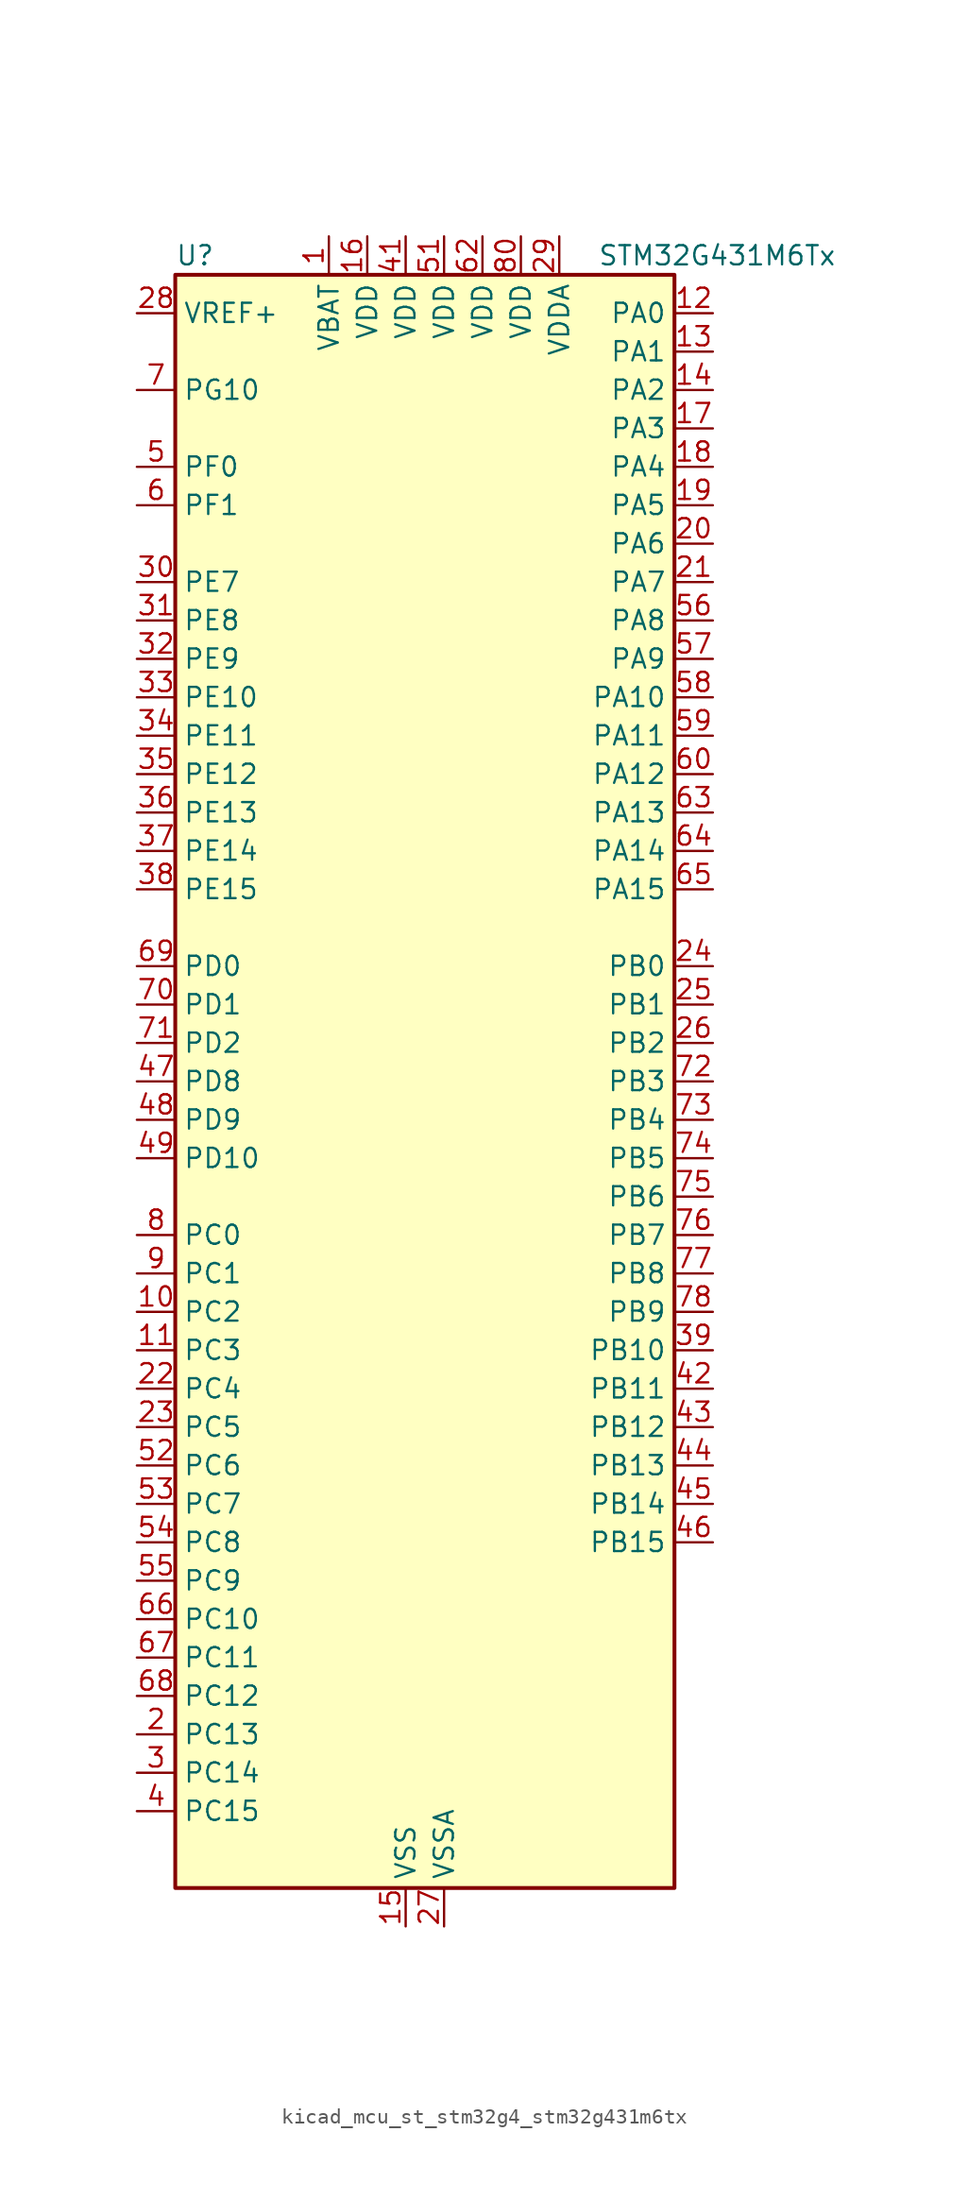
<source format=kicad_sym>
(kicad_symbol_lib
  (version 20220914)
  (generator kicad_symbol_editor)
  (symbol "kicad_mcu_st_stm32g4_stm32g431m6tx"
    (property "Reference" "U"
      (at -15.24 54.61 0)
      (effects (font (size 1.27 1.27)) (justify left)))
    (property "Value" "STM32G431M6Tx"
      (at 12.7 54.61 0)
      (effects (font (size 1.27 1.27)) (justify left)))
    (property "ki_locked" ""
      (at 0 0 0)
      (effects (font (size 1.27 1.27))))
    (symbol "kicad_mcu_st_stm32g4_stm32g431m6tx_0_1"
      (rectangle (start -15.24 -53.34) (end 17.78 53.34) (stroke (width 0.254) (type default)) (fill (type background))))
    (symbol "kicad_mcu_st_stm32g4_stm32g431m6tx_1_1"
      (pin power_in line (at -5.08 55.88 270) (length 2.54) (name "VBAT" (effects (font (size 1.27 1.27)))) (number "1" (effects (font (size 1.27 1.27)))))
      (pin bidirectional line (at -17.78 -15.24 0) (length 2.54) (name "PC2" (effects (font (size 1.27 1.27)))) (number "10" (effects (font (size 1.27 1.27)))) (alternate "ADC1_IN8" bidirectional line) (alternate "ADC2_IN8" bidirectional line) (alternate "COMP3_OUT" bidirectional line) (alternate "LPTIM1_IN2" bidirectional line) (alternate "TIM1_CH3" bidirectional line))
      (pin bidirectional line (at -17.78 -17.78 0) (length 2.54) (name "PC3" (effects (font (size 1.27 1.27)))) (number "11" (effects (font (size 1.27 1.27)))) (alternate "ADC1_IN9" bidirectional line) (alternate "ADC2_IN9" bidirectional line) (alternate "LPTIM1_ETR" bidirectional line) (alternate "SAI1_D1" bidirectional line) (alternate "SAI1_SD_A" bidirectional line) (alternate "TIM1_BKIN2" bidirectional line) (alternate "TIM1_CH4" bidirectional line))
      (pin bidirectional line (at 20.32 50.8 180) (length 2.54) (name "PA0" (effects (font (size 1.27 1.27)))) (number "12" (effects (font (size 1.27 1.27)))) (alternate "ADC1_IN1" bidirectional line) (alternate "ADC2_IN1" bidirectional line) (alternate "COMP1_INM" bidirectional line) (alternate "COMP1_OUT" bidirectional line) (alternate "COMP3_INP" bidirectional line) (alternate "RTC_TAMP2" bidirectional line) (alternate "SYS_WKUP1" bidirectional line) (alternate "TIM2_CH1" bidirectional line) (alternate "TIM2_ETR" bidirectional line) (alternate "TIM8_BKIN" bidirectional line) (alternate "TIM8_ETR" bidirectional line) (alternate "USART2_CTS" bidirectional line) (alternate "USART2_NSS" bidirectional line))
      (pin bidirectional line (at 20.32 48.26 180) (length 2.54) (name "PA1" (effects (font (size 1.27 1.27)))) (number "13" (effects (font (size 1.27 1.27)))) (alternate "ADC1_IN2" bidirectional line) (alternate "ADC2_IN2" bidirectional line) (alternate "COMP1_INP" bidirectional line) (alternate "OPAMP1_VINP" bidirectional line) (alternate "OPAMP1_VINP_SEC" bidirectional line) (alternate "OPAMP3_VINP" bidirectional line) (alternate "OPAMP3_VINP_SEC" bidirectional line) (alternate "RTC_REFIN" bidirectional line) (alternate "TIM15_CH1N" bidirectional line) (alternate "TIM2_CH2" bidirectional line) (alternate "USART2_DE" bidirectional line) (alternate "USART2_RTS" bidirectional line))
      (pin bidirectional line (at 20.32 45.72 180) (length 2.54) (name "PA2" (effects (font (size 1.27 1.27)))) (number "14" (effects (font (size 1.27 1.27)))) (alternate "ADC1_IN3" bidirectional line) (alternate "COMP2_INM" bidirectional line) (alternate "COMP2_OUT" bidirectional line) (alternate "LPUART1_TX" bidirectional line) (alternate "OPAMP1_VOUT" bidirectional line) (alternate "RCC_LSCO" bidirectional line) (alternate "SYS_WKUP4" bidirectional line) (alternate "TIM15_CH1" bidirectional line) (alternate "TIM2_CH3" bidirectional line) (alternate "UCPD1_FRSTX1" bidirectional line) (alternate "UCPD1_FRSTX2" bidirectional line) (alternate "USART2_TX" bidirectional line))
      (pin power_in line (at 0 -55.88 90) (length 2.54) (name "VSS" (effects (font (size 1.27 1.27)))) (number "15" (effects (font (size 1.27 1.27)))))
      (pin power_in line (at -2.54 55.88 270) (length 2.54) (name "VDD" (effects (font (size 1.27 1.27)))) (number "16" (effects (font (size 1.27 1.27)))))
      (pin bidirectional line (at 20.32 43.18 180) (length 2.54) (name "PA3" (effects (font (size 1.27 1.27)))) (number "17" (effects (font (size 1.27 1.27)))) (alternate "ADC1_IN4" bidirectional line) (alternate "COMP2_INP" bidirectional line) (alternate "LPUART1_RX" bidirectional line) (alternate "OPAMP1_VINM" bidirectional line) (alternate "OPAMP1_VINM0" bidirectional line) (alternate "OPAMP1_VINM_SEC" bidirectional line) (alternate "OPAMP1_VINP" bidirectional line) (alternate "OPAMP1_VINP_SEC" bidirectional line) (alternate "SAI1_CK1" bidirectional line) (alternate "SAI1_MCLK_A" bidirectional line) (alternate "TIM15_CH2" bidirectional line) (alternate "TIM2_CH4" bidirectional line) (alternate "USART2_RX" bidirectional line))
      (pin bidirectional line (at 20.32 40.64 180) (length 2.54) (name "PA4" (effects (font (size 1.27 1.27)))) (number "18" (effects (font (size 1.27 1.27)))) (alternate "ADC2_IN17" bidirectional line) (alternate "COMP1_INM" bidirectional line) (alternate "DAC1_OUT1" bidirectional line) (alternate "I2S3_WS" bidirectional line) (alternate "SAI1_FS_B" bidirectional line) (alternate "SPI1_NSS" bidirectional line) (alternate "SPI3_NSS" bidirectional line) (alternate "TIM3_CH2" bidirectional line) (alternate "USART2_CK" bidirectional line))
      (pin bidirectional line (at 20.32 38.1 180) (length 2.54) (name "PA5" (effects (font (size 1.27 1.27)))) (number "19" (effects (font (size 1.27 1.27)))) (alternate "ADC2_IN13" bidirectional line) (alternate "COMP2_INM" bidirectional line) (alternate "DAC1_OUT2" bidirectional line) (alternate "OPAMP2_VINM" bidirectional line) (alternate "OPAMP2_VINM0" bidirectional line) (alternate "OPAMP2_VINM_SEC" bidirectional line) (alternate "SPI1_SCK" bidirectional line) (alternate "TIM2_CH1" bidirectional line) (alternate "TIM2_ETR" bidirectional line) (alternate "UCPD1_FRSTX1" bidirectional line) (alternate "UCPD1_FRSTX2" bidirectional line))
      (pin bidirectional line (at -17.78 -43.18 0) (length 2.54) (name "PC13" (effects (font (size 1.27 1.27)))) (number "2" (effects (font (size 1.27 1.27)))) (alternate "RTC_OUT1" bidirectional line) (alternate "RTC_TAMP1" bidirectional line) (alternate "RTC_TS" bidirectional line) (alternate "SYS_WKUP2" bidirectional line) (alternate "TIM1_BKIN" bidirectional line) (alternate "TIM1_CH1N" bidirectional line) (alternate "TIM8_CH4N" bidirectional line))
      (pin bidirectional line (at 20.32 35.56 180) (length 2.54) (name "PA6" (effects (font (size 1.27 1.27)))) (number "20" (effects (font (size 1.27 1.27)))) (alternate "ADC2_IN3" bidirectional line) (alternate "COMP1_OUT" bidirectional line) (alternate "LPUART1_CTS" bidirectional line) (alternate "OPAMP2_VOUT" bidirectional line) (alternate "SPI1_MISO" bidirectional line) (alternate "TIM16_CH1" bidirectional line) (alternate "TIM1_BKIN" bidirectional line) (alternate "TIM3_CH1" bidirectional line) (alternate "TIM8_BKIN" bidirectional line))
      (pin bidirectional line (at 20.32 33.02 180) (length 2.54) (name "PA7" (effects (font (size 1.27 1.27)))) (number "21" (effects (font (size 1.27 1.27)))) (alternate "ADC2_IN4" bidirectional line) (alternate "COMP2_INP" bidirectional line) (alternate "COMP2_OUT" bidirectional line) (alternate "OPAMP1_VINP" bidirectional line) (alternate "OPAMP1_VINP_SEC" bidirectional line) (alternate "OPAMP2_VINP" bidirectional line) (alternate "OPAMP2_VINP_SEC" bidirectional line) (alternate "SPI1_MOSI" bidirectional line) (alternate "TIM17_CH1" bidirectional line) (alternate "TIM1_CH1N" bidirectional line) (alternate "TIM3_CH2" bidirectional line) (alternate "TIM8_CH1N" bidirectional line) (alternate "UCPD1_FRSTX1" bidirectional line) (alternate "UCPD1_FRSTX2" bidirectional line))
      (pin bidirectional line (at -17.78 -20.32 0) (length 2.54) (name "PC4" (effects (font (size 1.27 1.27)))) (number "22" (effects (font (size 1.27 1.27)))) (alternate "ADC2_IN5" bidirectional line) (alternate "I2C2_SCL" bidirectional line) (alternate "TIM1_ETR" bidirectional line) (alternate "USART1_TX" bidirectional line))
      (pin bidirectional line (at -17.78 -22.86 0) (length 2.54) (name "PC5" (effects (font (size 1.27 1.27)))) (number "23" (effects (font (size 1.27 1.27)))) (alternate "ADC2_IN11" bidirectional line) (alternate "OPAMP1_VINM" bidirectional line) (alternate "OPAMP1_VINM1" bidirectional line) (alternate "OPAMP1_VINM_SEC" bidirectional line) (alternate "OPAMP2_VINM" bidirectional line) (alternate "OPAMP2_VINM1" bidirectional line) (alternate "OPAMP2_VINM_SEC" bidirectional line) (alternate "SAI1_D3" bidirectional line) (alternate "SYS_WKUP5" bidirectional line) (alternate "TIM15_BKIN" bidirectional line) (alternate "TIM1_CH4N" bidirectional line) (alternate "USART1_RX" bidirectional line))
      (pin bidirectional line (at 20.32 7.62 180) (length 2.54) (name "PB0" (effects (font (size 1.27 1.27)))) (number "24" (effects (font (size 1.27 1.27)))) (alternate "ADC1_IN15" bidirectional line) (alternate "COMP4_INP" bidirectional line) (alternate "OPAMP2_VINP" bidirectional line) (alternate "OPAMP2_VINP_SEC" bidirectional line) (alternate "OPAMP3_VINP" bidirectional line) (alternate "OPAMP3_VINP_SEC" bidirectional line) (alternate "TIM1_CH2N" bidirectional line) (alternate "TIM3_CH3" bidirectional line) (alternate "TIM8_CH2N" bidirectional line) (alternate "UCPD1_FRSTX1" bidirectional line) (alternate "UCPD1_FRSTX2" bidirectional line))
      (pin bidirectional line (at 20.32 5.08 180) (length 2.54) (name "PB1" (effects (font (size 1.27 1.27)))) (number "25" (effects (font (size 1.27 1.27)))) (alternate "ADC1_IN12" bidirectional line) (alternate "COMP1_INP" bidirectional line) (alternate "COMP4_OUT" bidirectional line) (alternate "LPUART1_DE" bidirectional line) (alternate "LPUART1_RTS" bidirectional line) (alternate "OPAMP3_VOUT" bidirectional line) (alternate "TIM1_CH3N" bidirectional line) (alternate "TIM3_CH4" bidirectional line) (alternate "TIM8_CH3N" bidirectional line))
      (pin bidirectional line (at 20.32 2.54 180) (length 2.54) (name "PB2" (effects (font (size 1.27 1.27)))) (number "26" (effects (font (size 1.27 1.27)))) (alternate "ADC2_IN12" bidirectional line) (alternate "COMP4_INM" bidirectional line) (alternate "I2C3_SMBA" bidirectional line) (alternate "LPTIM1_OUT" bidirectional line) (alternate "OPAMP3_VINM" bidirectional line) (alternate "OPAMP3_VINM0" bidirectional line) (alternate "OPAMP3_VINM_SEC" bidirectional line) (alternate "RTC_OUT2" bidirectional line))
      (pin power_in line (at 2.54 -55.88 90) (length 2.54) (name "VSSA" (effects (font (size 1.27 1.27)))) (number "27" (effects (font (size 1.27 1.27)))))
      (pin input line (at -17.78 50.8 0) (length 2.54) (name "VREF+" (effects (font (size 1.27 1.27)))) (number "28" (effects (font (size 1.27 1.27)))) (alternate "VREFBUF_OUT" bidirectional line))
      (pin power_in line (at 10.16 55.88 270) (length 2.54) (name "VDDA" (effects (font (size 1.27 1.27)))) (number "29" (effects (font (size 1.27 1.27)))))
      (pin bidirectional line (at -17.78 -45.72 0) (length 2.54) (name "PC14" (effects (font (size 1.27 1.27)))) (number "3" (effects (font (size 1.27 1.27)))) (alternate "RCC_OSC32_IN" bidirectional line))
      (pin bidirectional line (at -17.78 33.02 0) (length 2.54) (name "PE7" (effects (font (size 1.27 1.27)))) (number "30" (effects (font (size 1.27 1.27)))) (alternate "COMP4_INP" bidirectional line) (alternate "SAI1_SD_B" bidirectional line) (alternate "TIM1_ETR" bidirectional line))
      (pin bidirectional line (at -17.78 30.48 0) (length 2.54) (name "PE8" (effects (font (size 1.27 1.27)))) (number "31" (effects (font (size 1.27 1.27)))) (alternate "COMP4_INM" bidirectional line) (alternate "SAI1_SCK_B" bidirectional line) (alternate "TIM1_CH1N" bidirectional line))
      (pin bidirectional line (at -17.78 27.94 0) (length 2.54) (name "PE9" (effects (font (size 1.27 1.27)))) (number "32" (effects (font (size 1.27 1.27)))) (alternate "DAC1_EXTI9" bidirectional line) (alternate "DAC3_EXTI9" bidirectional line) (alternate "SAI1_FS_B" bidirectional line) (alternate "TIM1_CH1" bidirectional line))
      (pin bidirectional line (at -17.78 25.4 0) (length 2.54) (name "PE10" (effects (font (size 1.27 1.27)))) (number "33" (effects (font (size 1.27 1.27)))) (alternate "DAC1_EXTI10" bidirectional line) (alternate "DAC3_EXTI10" bidirectional line) (alternate "SAI1_MCLK_B" bidirectional line) (alternate "TIM1_CH2N" bidirectional line))
      (pin bidirectional line (at -17.78 22.86 0) (length 2.54) (name "PE11" (effects (font (size 1.27 1.27)))) (number "34" (effects (font (size 1.27 1.27)))) (alternate "ADC1_EXTI11" bidirectional line) (alternate "ADC2_EXTI11" bidirectional line) (alternate "TIM1_CH2" bidirectional line))
      (pin bidirectional line (at -17.78 20.32 0) (length 2.54) (name "PE12" (effects (font (size 1.27 1.27)))) (number "35" (effects (font (size 1.27 1.27)))) (alternate "TIM1_CH3N" bidirectional line))
      (pin bidirectional line (at -17.78 17.78 0) (length 2.54) (name "PE13" (effects (font (size 1.27 1.27)))) (number "36" (effects (font (size 1.27 1.27)))) (alternate "TIM1_CH3" bidirectional line))
      (pin bidirectional line (at -17.78 15.24 0) (length 2.54) (name "PE14" (effects (font (size 1.27 1.27)))) (number "37" (effects (font (size 1.27 1.27)))) (alternate "TIM1_BKIN2" bidirectional line) (alternate "TIM1_CH4" bidirectional line))
      (pin bidirectional line (at -17.78 12.7 0) (length 2.54) (name "PE15" (effects (font (size 1.27 1.27)))) (number "38" (effects (font (size 1.27 1.27)))) (alternate "ADC1_EXTI15" bidirectional line) (alternate "ADC2_EXTI15" bidirectional line) (alternate "TIM1_BKIN" bidirectional line) (alternate "TIM1_CH4N" bidirectional line) (alternate "USART3_RX" bidirectional line))
      (pin bidirectional line (at 20.32 -17.78 180) (length 2.54) (name "PB10" (effects (font (size 1.27 1.27)))) (number "39" (effects (font (size 1.27 1.27)))) (alternate "DAC1_EXTI10" bidirectional line) (alternate "DAC3_EXTI10" bidirectional line) (alternate "LPUART1_RX" bidirectional line) (alternate "OPAMP3_VINM" bidirectional line) (alternate "OPAMP3_VINM1" bidirectional line) (alternate "OPAMP3_VINM_SEC" bidirectional line) (alternate "SAI1_SCK_A" bidirectional line) (alternate "TIM1_BKIN" bidirectional line) (alternate "TIM2_CH3" bidirectional line) (alternate "USART3_TX" bidirectional line))
      (pin bidirectional line (at -17.78 -48.26 0) (length 2.54) (name "PC15" (effects (font (size 1.27 1.27)))) (number "4" (effects (font (size 1.27 1.27)))) (alternate "ADC1_EXTI15" bidirectional line) (alternate "ADC2_EXTI15" bidirectional line) (alternate "RCC_OSC32_OUT" bidirectional line))
      (pin passive line (at 0 -55.88 90) (length 2.54) hide (name "VSS" (effects (font (size 1.27 1.27)))) (number "40" (effects (font (size 1.27 1.27)))))
      (pin power_in line (at 0 55.88 270) (length 2.54) (name "VDD" (effects (font (size 1.27 1.27)))) (number "41" (effects (font (size 1.27 1.27)))))
      (pin bidirectional line (at 20.32 -20.32 180) (length 2.54) (name "PB11" (effects (font (size 1.27 1.27)))) (number "42" (effects (font (size 1.27 1.27)))) (alternate "ADC1_EXTI11" bidirectional line) (alternate "ADC1_IN14" bidirectional line) (alternate "ADC2_EXTI11" bidirectional line) (alternate "ADC2_IN14" bidirectional line) (alternate "LPUART1_TX" bidirectional line) (alternate "TIM2_CH4" bidirectional line) (alternate "USART3_RX" bidirectional line))
      (pin bidirectional line (at 20.32 -22.86 180) (length 2.54) (name "PB12" (effects (font (size 1.27 1.27)))) (number "43" (effects (font (size 1.27 1.27)))) (alternate "ADC1_IN11" bidirectional line) (alternate "I2C2_SMBA" bidirectional line) (alternate "I2S2_WS" bidirectional line) (alternate "LPUART1_DE" bidirectional line) (alternate "LPUART1_RTS" bidirectional line) (alternate "SPI2_NSS" bidirectional line) (alternate "TIM1_BKIN" bidirectional line) (alternate "USART3_CK" bidirectional line))
      (pin bidirectional line (at 20.32 -25.4 180) (length 2.54) (name "PB13" (effects (font (size 1.27 1.27)))) (number "44" (effects (font (size 1.27 1.27)))) (alternate "I2S2_CK" bidirectional line) (alternate "LPUART1_CTS" bidirectional line) (alternate "OPAMP3_VINP" bidirectional line) (alternate "OPAMP3_VINP_SEC" bidirectional line) (alternate "SPI2_SCK" bidirectional line) (alternate "TIM1_CH1N" bidirectional line) (alternate "USART3_CTS" bidirectional line) (alternate "USART3_NSS" bidirectional line))
      (pin bidirectional line (at 20.32 -27.94 180) (length 2.54) (name "PB14" (effects (font (size 1.27 1.27)))) (number "45" (effects (font (size 1.27 1.27)))) (alternate "ADC1_IN5" bidirectional line) (alternate "COMP4_OUT" bidirectional line) (alternate "OPAMP2_VINP" bidirectional line) (alternate "OPAMP2_VINP_SEC" bidirectional line) (alternate "SPI2_MISO" bidirectional line) (alternate "TIM15_CH1" bidirectional line) (alternate "TIM1_CH2N" bidirectional line) (alternate "USART3_DE" bidirectional line) (alternate "USART3_RTS" bidirectional line))
      (pin bidirectional line (at 20.32 -30.48 180) (length 2.54) (name "PB15" (effects (font (size 1.27 1.27)))) (number "46" (effects (font (size 1.27 1.27)))) (alternate "ADC1_EXTI15" bidirectional line) (alternate "ADC2_EXTI15" bidirectional line) (alternate "ADC2_IN15" bidirectional line) (alternate "COMP3_OUT" bidirectional line) (alternate "I2S2_SD" bidirectional line) (alternate "RTC_REFIN" bidirectional line) (alternate "SPI2_MOSI" bidirectional line) (alternate "TIM15_CH1N" bidirectional line) (alternate "TIM15_CH2" bidirectional line) (alternate "TIM1_CH3N" bidirectional line))
      (pin bidirectional line (at -17.78 0 0) (length 2.54) (name "PD8" (effects (font (size 1.27 1.27)))) (number "47" (effects (font (size 1.27 1.27)))) (alternate "USART3_TX" bidirectional line))
      (pin bidirectional line (at -17.78 -2.54 0) (length 2.54) (name "PD9" (effects (font (size 1.27 1.27)))) (number "48" (effects (font (size 1.27 1.27)))) (alternate "DAC1_EXTI9" bidirectional line) (alternate "DAC3_EXTI9" bidirectional line) (alternate "USART3_RX" bidirectional line))
      (pin bidirectional line (at -17.78 -5.08 0) (length 2.54) (name "PD10" (effects (font (size 1.27 1.27)))) (number "49" (effects (font (size 1.27 1.27)))) (alternate "DAC1_EXTI10" bidirectional line) (alternate "DAC3_EXTI10" bidirectional line) (alternate "USART3_CK" bidirectional line))
      (pin bidirectional line (at -17.78 40.64 0) (length 2.54) (name "PF0" (effects (font (size 1.27 1.27)))) (number "5" (effects (font (size 1.27 1.27)))) (alternate "ADC1_IN10" bidirectional line) (alternate "I2C2_SDA" bidirectional line) (alternate "I2S2_WS" bidirectional line) (alternate "RCC_OSC_IN" bidirectional line) (alternate "SPI2_NSS" bidirectional line) (alternate "TIM1_CH3N" bidirectional line))
      (pin passive line (at 0 -55.88 90) (length 2.54) hide (name "VSS" (effects (font (size 1.27 1.27)))) (number "50" (effects (font (size 1.27 1.27)))))
      (pin power_in line (at 2.54 55.88 270) (length 2.54) (name "VDD" (effects (font (size 1.27 1.27)))) (number "51" (effects (font (size 1.27 1.27)))))
      (pin bidirectional line (at -17.78 -25.4 0) (length 2.54) (name "PC6" (effects (font (size 1.27 1.27)))) (number "52" (effects (font (size 1.27 1.27)))) (alternate "I2S2_MCK" bidirectional line) (alternate "TIM3_CH1" bidirectional line) (alternate "TIM8_CH1" bidirectional line))
      (pin bidirectional line (at -17.78 -27.94 0) (length 2.54) (name "PC7" (effects (font (size 1.27 1.27)))) (number "53" (effects (font (size 1.27 1.27)))) (alternate "I2S3_MCK" bidirectional line) (alternate "TIM3_CH2" bidirectional line) (alternate "TIM8_CH2" bidirectional line))
      (pin bidirectional line (at -17.78 -30.48 0) (length 2.54) (name "PC8" (effects (font (size 1.27 1.27)))) (number "54" (effects (font (size 1.27 1.27)))) (alternate "I2C3_SCL" bidirectional line) (alternate "TIM3_CH3" bidirectional line) (alternate "TIM8_CH3" bidirectional line))
      (pin bidirectional line (at -17.78 -33.02 0) (length 2.54) (name "PC9" (effects (font (size 1.27 1.27)))) (number "55" (effects (font (size 1.27 1.27)))) (alternate "DAC1_EXTI9" bidirectional line) (alternate "DAC3_EXTI9" bidirectional line) (alternate "I2C3_SDA" bidirectional line) (alternate "I2S_CKIN" bidirectional line) (alternate "TIM3_CH4" bidirectional line) (alternate "TIM8_BKIN2" bidirectional line) (alternate "TIM8_CH4" bidirectional line))
      (pin bidirectional line (at 20.32 30.48 180) (length 2.54) (name "PA8" (effects (font (size 1.27 1.27)))) (number "56" (effects (font (size 1.27 1.27)))) (alternate "I2C2_SDA" bidirectional line) (alternate "I2C3_SCL" bidirectional line) (alternate "I2S2_MCK" bidirectional line) (alternate "RCC_MCO" bidirectional line) (alternate "SAI1_CK2" bidirectional line) (alternate "SAI1_SCK_A" bidirectional line) (alternate "TIM1_CH1" bidirectional line) (alternate "TIM4_ETR" bidirectional line) (alternate "USART1_CK" bidirectional line))
      (pin bidirectional line (at 20.32 27.94 180) (length 2.54) (name "PA9" (effects (font (size 1.27 1.27)))) (number "57" (effects (font (size 1.27 1.27)))) (alternate "DAC1_EXTI9" bidirectional line) (alternate "DAC3_EXTI9" bidirectional line) (alternate "I2C2_SCL" bidirectional line) (alternate "I2C3_SMBA" bidirectional line) (alternate "I2S3_MCK" bidirectional line) (alternate "SAI1_FS_A" bidirectional line) (alternate "TIM15_BKIN" bidirectional line) (alternate "TIM1_CH2" bidirectional line) (alternate "TIM2_CH3" bidirectional line) (alternate "UCPD1_DBCC1" bidirectional line) (alternate "USART1_TX" bidirectional line))
      (pin bidirectional line (at 20.32 25.4 180) (length 2.54) (name "PA10" (effects (font (size 1.27 1.27)))) (number "58" (effects (font (size 1.27 1.27)))) (alternate "CRS_SYNC" bidirectional line) (alternate "DAC1_EXTI10" bidirectional line) (alternate "DAC3_EXTI10" bidirectional line) (alternate "I2C2_SMBA" bidirectional line) (alternate "SAI1_D1" bidirectional line) (alternate "SAI1_SD_A" bidirectional line) (alternate "SPI2_MISO" bidirectional line) (alternate "TIM17_BKIN" bidirectional line) (alternate "TIM1_CH3" bidirectional line) (alternate "TIM2_CH4" bidirectional line) (alternate "TIM8_BKIN" bidirectional line) (alternate "UCPD1_DBCC2" bidirectional line) (alternate "USART1_RX" bidirectional line))
      (pin bidirectional line (at 20.32 22.86 180) (length 2.54) (name "PA11" (effects (font (size 1.27 1.27)))) (number "59" (effects (font (size 1.27 1.27)))) (alternate "ADC1_EXTI11" bidirectional line) (alternate "ADC2_EXTI11" bidirectional line) (alternate "COMP1_OUT" bidirectional line) (alternate "FDCAN1_RX" bidirectional line) (alternate "I2S2_SD" bidirectional line) (alternate "SPI2_MOSI" bidirectional line) (alternate "TIM1_BKIN2" bidirectional line) (alternate "TIM1_CH1N" bidirectional line) (alternate "TIM1_CH4" bidirectional line) (alternate "TIM4_CH1" bidirectional line) (alternate "USART1_CTS" bidirectional line) (alternate "USART1_NSS" bidirectional line) (alternate "USB_DM" bidirectional line))
      (pin bidirectional line (at -17.78 38.1 0) (length 2.54) (name "PF1" (effects (font (size 1.27 1.27)))) (number "6" (effects (font (size 1.27 1.27)))) (alternate "ADC2_IN10" bidirectional line) (alternate "COMP3_INM" bidirectional line) (alternate "I2S2_CK" bidirectional line) (alternate "RCC_OSC_OUT" bidirectional line) (alternate "SPI2_SCK" bidirectional line))
      (pin bidirectional line (at 20.32 20.32 180) (length 2.54) (name "PA12" (effects (font (size 1.27 1.27)))) (number "60" (effects (font (size 1.27 1.27)))) (alternate "COMP2_OUT" bidirectional line) (alternate "FDCAN1_TX" bidirectional line) (alternate "I2S_CKIN" bidirectional line) (alternate "TIM16_CH1" bidirectional line) (alternate "TIM1_CH2N" bidirectional line) (alternate "TIM1_ETR" bidirectional line) (alternate "TIM4_CH2" bidirectional line) (alternate "USART1_DE" bidirectional line) (alternate "USART1_RTS" bidirectional line) (alternate "USB_DP" bidirectional line))
      (pin passive line (at 0 -55.88 90) (length 2.54) hide (name "VSS" (effects (font (size 1.27 1.27)))) (number "61" (effects (font (size 1.27 1.27)))))
      (pin power_in line (at 5.08 55.88 270) (length 2.54) (name "VDD" (effects (font (size 1.27 1.27)))) (number "62" (effects (font (size 1.27 1.27)))))
      (pin bidirectional line (at 20.32 17.78 180) (length 2.54) (name "PA13" (effects (font (size 1.27 1.27)))) (number "63" (effects (font (size 1.27 1.27)))) (alternate "I2C1_SCL" bidirectional line) (alternate "IR_OUT" bidirectional line) (alternate "SAI1_SD_B" bidirectional line) (alternate "SYS_JTMS-SWDIO" bidirectional line) (alternate "TIM16_CH1N" bidirectional line) (alternate "TIM4_CH3" bidirectional line) (alternate "USART3_CTS" bidirectional line) (alternate "USART3_NSS" bidirectional line))
      (pin bidirectional line (at 20.32 15.24 180) (length 2.54) (name "PA14" (effects (font (size 1.27 1.27)))) (number "64" (effects (font (size 1.27 1.27)))) (alternate "I2C1_SDA" bidirectional line) (alternate "LPTIM1_OUT" bidirectional line) (alternate "SAI1_FS_B" bidirectional line) (alternate "SYS_JTCK-SWCLK" bidirectional line) (alternate "TIM1_BKIN" bidirectional line) (alternate "TIM8_CH2" bidirectional line) (alternate "USART2_TX" bidirectional line))
      (pin bidirectional line (at 20.32 12.7 180) (length 2.54) (name "PA15" (effects (font (size 1.27 1.27)))) (number "65" (effects (font (size 1.27 1.27)))) (alternate "ADC1_EXTI15" bidirectional line) (alternate "ADC2_EXTI15" bidirectional line) (alternate "I2C1_SCL" bidirectional line) (alternate "I2S3_WS" bidirectional line) (alternate "SPI1_NSS" bidirectional line) (alternate "SPI3_NSS" bidirectional line) (alternate "SYS_JTDI" bidirectional line) (alternate "TIM1_BKIN" bidirectional line) (alternate "TIM2_CH1" bidirectional line) (alternate "TIM2_ETR" bidirectional line) (alternate "TIM8_CH1" bidirectional line) (alternate "UART4_DE" bidirectional line) (alternate "UART4_RTS" bidirectional line) (alternate "USART2_RX" bidirectional line))
      (pin bidirectional line (at -17.78 -35.56 0) (length 2.54) (name "PC10" (effects (font (size 1.27 1.27)))) (number "66" (effects (font (size 1.27 1.27)))) (alternate "DAC1_EXTI10" bidirectional line) (alternate "DAC3_EXTI10" bidirectional line) (alternate "I2S3_CK" bidirectional line) (alternate "SPI3_SCK" bidirectional line) (alternate "TIM8_CH1N" bidirectional line) (alternate "UART4_TX" bidirectional line) (alternate "USART3_TX" bidirectional line))
      (pin bidirectional line (at -17.78 -38.1 0) (length 2.54) (name "PC11" (effects (font (size 1.27 1.27)))) (number "67" (effects (font (size 1.27 1.27)))) (alternate "ADC1_EXTI11" bidirectional line) (alternate "ADC2_EXTI11" bidirectional line) (alternate "I2C3_SDA" bidirectional line) (alternate "SPI3_MISO" bidirectional line) (alternate "TIM8_CH2N" bidirectional line) (alternate "UART4_RX" bidirectional line) (alternate "USART3_RX" bidirectional line))
      (pin bidirectional line (at -17.78 -40.64 0) (length 2.54) (name "PC12" (effects (font (size 1.27 1.27)))) (number "68" (effects (font (size 1.27 1.27)))) (alternate "I2S3_SD" bidirectional line) (alternate "SPI3_MOSI" bidirectional line) (alternate "TIM8_CH3N" bidirectional line) (alternate "UCPD1_FRSTX1" bidirectional line) (alternate "UCPD1_FRSTX2" bidirectional line) (alternate "USART3_CK" bidirectional line))
      (pin bidirectional line (at -17.78 7.62 0) (length 2.54) (name "PD0" (effects (font (size 1.27 1.27)))) (number "69" (effects (font (size 1.27 1.27)))) (alternate "FDCAN1_RX" bidirectional line) (alternate "TIM8_CH4N" bidirectional line))
      (pin bidirectional line (at -17.78 45.72 0) (length 2.54) (name "PG10" (effects (font (size 1.27 1.27)))) (number "7" (effects (font (size 1.27 1.27)))) (alternate "DAC1_EXTI10" bidirectional line) (alternate "DAC3_EXTI10" bidirectional line) (alternate "RCC_MCO" bidirectional line))
      (pin bidirectional line (at -17.78 5.08 0) (length 2.54) (name "PD1" (effects (font (size 1.27 1.27)))) (number "70" (effects (font (size 1.27 1.27)))) (alternate "FDCAN1_TX" bidirectional line) (alternate "TIM8_BKIN2" bidirectional line) (alternate "TIM8_CH4" bidirectional line))
      (pin bidirectional line (at -17.78 2.54 0) (length 2.54) (name "PD2" (effects (font (size 1.27 1.27)))) (number "71" (effects (font (size 1.27 1.27)))) (alternate "TIM3_ETR" bidirectional line) (alternate "TIM8_BKIN" bidirectional line))
      (pin bidirectional line (at 20.32 0 180) (length 2.54) (name "PB3" (effects (font (size 1.27 1.27)))) (number "72" (effects (font (size 1.27 1.27)))) (alternate "CRS_SYNC" bidirectional line) (alternate "I2S3_CK" bidirectional line) (alternate "SAI1_SCK_B" bidirectional line) (alternate "SPI1_SCK" bidirectional line) (alternate "SPI3_SCK" bidirectional line) (alternate "SYS_JTDO-SWO" bidirectional line) (alternate "TIM2_CH2" bidirectional line) (alternate "TIM3_ETR" bidirectional line) (alternate "TIM4_ETR" bidirectional line) (alternate "TIM8_CH1N" bidirectional line) (alternate "USART2_TX" bidirectional line))
      (pin bidirectional line (at 20.32 -2.54 180) (length 2.54) (name "PB4" (effects (font (size 1.27 1.27)))) (number "73" (effects (font (size 1.27 1.27)))) (alternate "SAI1_MCLK_B" bidirectional line) (alternate "SPI1_MISO" bidirectional line) (alternate "SPI3_MISO" bidirectional line) (alternate "SYS_JTRST" bidirectional line) (alternate "TIM16_CH1" bidirectional line) (alternate "TIM17_BKIN" bidirectional line) (alternate "TIM3_CH1" bidirectional line) (alternate "TIM8_CH2N" bidirectional line) (alternate "UCPD1_CC2" bidirectional line) (alternate "USART2_RX" bidirectional line))
      (pin bidirectional line (at 20.32 -5.08 180) (length 2.54) (name "PB5" (effects (font (size 1.27 1.27)))) (number "74" (effects (font (size 1.27 1.27)))) (alternate "I2C1_SMBA" bidirectional line) (alternate "I2C3_SDA" bidirectional line) (alternate "I2S3_SD" bidirectional line) (alternate "LPTIM1_IN1" bidirectional line) (alternate "SAI1_SD_B" bidirectional line) (alternate "SPI1_MOSI" bidirectional line) (alternate "SPI3_MOSI" bidirectional line) (alternate "TIM16_BKIN" bidirectional line) (alternate "TIM17_CH1" bidirectional line) (alternate "TIM3_CH2" bidirectional line) (alternate "TIM8_CH3N" bidirectional line) (alternate "USART2_CK" bidirectional line))
      (pin bidirectional line (at 20.32 -7.62 180) (length 2.54) (name "PB6" (effects (font (size 1.27 1.27)))) (number "75" (effects (font (size 1.27 1.27)))) (alternate "COMP4_OUT" bidirectional line) (alternate "LPTIM1_ETR" bidirectional line) (alternate "SAI1_FS_B" bidirectional line) (alternate "TIM16_CH1N" bidirectional line) (alternate "TIM4_CH1" bidirectional line) (alternate "TIM8_BKIN2" bidirectional line) (alternate "TIM8_CH1" bidirectional line) (alternate "TIM8_ETR" bidirectional line) (alternate "UCPD1_CC1" bidirectional line) (alternate "USART1_TX" bidirectional line))
      (pin bidirectional line (at 20.32 -10.16 180) (length 2.54) (name "PB7" (effects (font (size 1.27 1.27)))) (number "76" (effects (font (size 1.27 1.27)))) (alternate "COMP3_OUT" bidirectional line) (alternate "I2C1_SDA" bidirectional line) (alternate "LPTIM1_IN2" bidirectional line) (alternate "SYS_PVD_IN" bidirectional line) (alternate "TIM17_CH1N" bidirectional line) (alternate "TIM3_CH4" bidirectional line) (alternate "TIM4_CH2" bidirectional line) (alternate "TIM8_BKIN" bidirectional line) (alternate "UART4_CTS" bidirectional line) (alternate "USART1_RX" bidirectional line))
      (pin bidirectional line (at 20.32 -12.7 180) (length 2.54) (name "PB8" (effects (font (size 1.27 1.27)))) (number "77" (effects (font (size 1.27 1.27)))) (alternate "COMP1_OUT" bidirectional line) (alternate "FDCAN1_RX" bidirectional line) (alternate "I2C1_SCL" bidirectional line) (alternate "SAI1_CK1" bidirectional line) (alternate "SAI1_MCLK_A" bidirectional line) (alternate "TIM16_CH1" bidirectional line) (alternate "TIM1_BKIN" bidirectional line) (alternate "TIM4_CH3" bidirectional line) (alternate "TIM8_CH2" bidirectional line) (alternate "USART3_RX" bidirectional line))
      (pin bidirectional line (at 20.32 -15.24 180) (length 2.54) (name "PB9" (effects (font (size 1.27 1.27)))) (number "78" (effects (font (size 1.27 1.27)))) (alternate "COMP2_OUT" bidirectional line) (alternate "DAC1_EXTI9" bidirectional line) (alternate "DAC3_EXTI9" bidirectional line) (alternate "FDCAN1_TX" bidirectional line) (alternate "I2C1_SDA" bidirectional line) (alternate "IR_OUT" bidirectional line) (alternate "SAI1_D2" bidirectional line) (alternate "SAI1_FS_A" bidirectional line) (alternate "TIM17_CH1" bidirectional line) (alternate "TIM1_CH3N" bidirectional line) (alternate "TIM4_CH4" bidirectional line) (alternate "TIM8_CH3" bidirectional line) (alternate "USART3_TX" bidirectional line))
      (pin passive line (at 0 -55.88 90) (length 2.54) hide (name "VSS" (effects (font (size 1.27 1.27)))) (number "79" (effects (font (size 1.27 1.27)))))
      (pin bidirectional line (at -17.78 -10.16 0) (length 2.54) (name "PC0" (effects (font (size 1.27 1.27)))) (number "8" (effects (font (size 1.27 1.27)))) (alternate "ADC1_IN6" bidirectional line) (alternate "ADC2_IN6" bidirectional line) (alternate "COMP3_INM" bidirectional line) (alternate "LPTIM1_IN1" bidirectional line) (alternate "LPUART1_RX" bidirectional line) (alternate "TIM1_CH1" bidirectional line))
      (pin power_in line (at 7.62 55.88 270) (length 2.54) (name "VDD" (effects (font (size 1.27 1.27)))) (number "80" (effects (font (size 1.27 1.27)))))
      (pin bidirectional line (at -17.78 -12.7 0) (length 2.54) (name "PC1" (effects (font (size 1.27 1.27)))) (number "9" (effects (font (size 1.27 1.27)))) (alternate "ADC1_IN7" bidirectional line) (alternate "ADC2_IN7" bidirectional line) (alternate "COMP3_INP" bidirectional line) (alternate "LPTIM1_OUT" bidirectional line) (alternate "LPUART1_TX" bidirectional line) (alternate "SAI1_SD_A" bidirectional line) (alternate "TIM1_CH2" bidirectional line)))))
</source>
